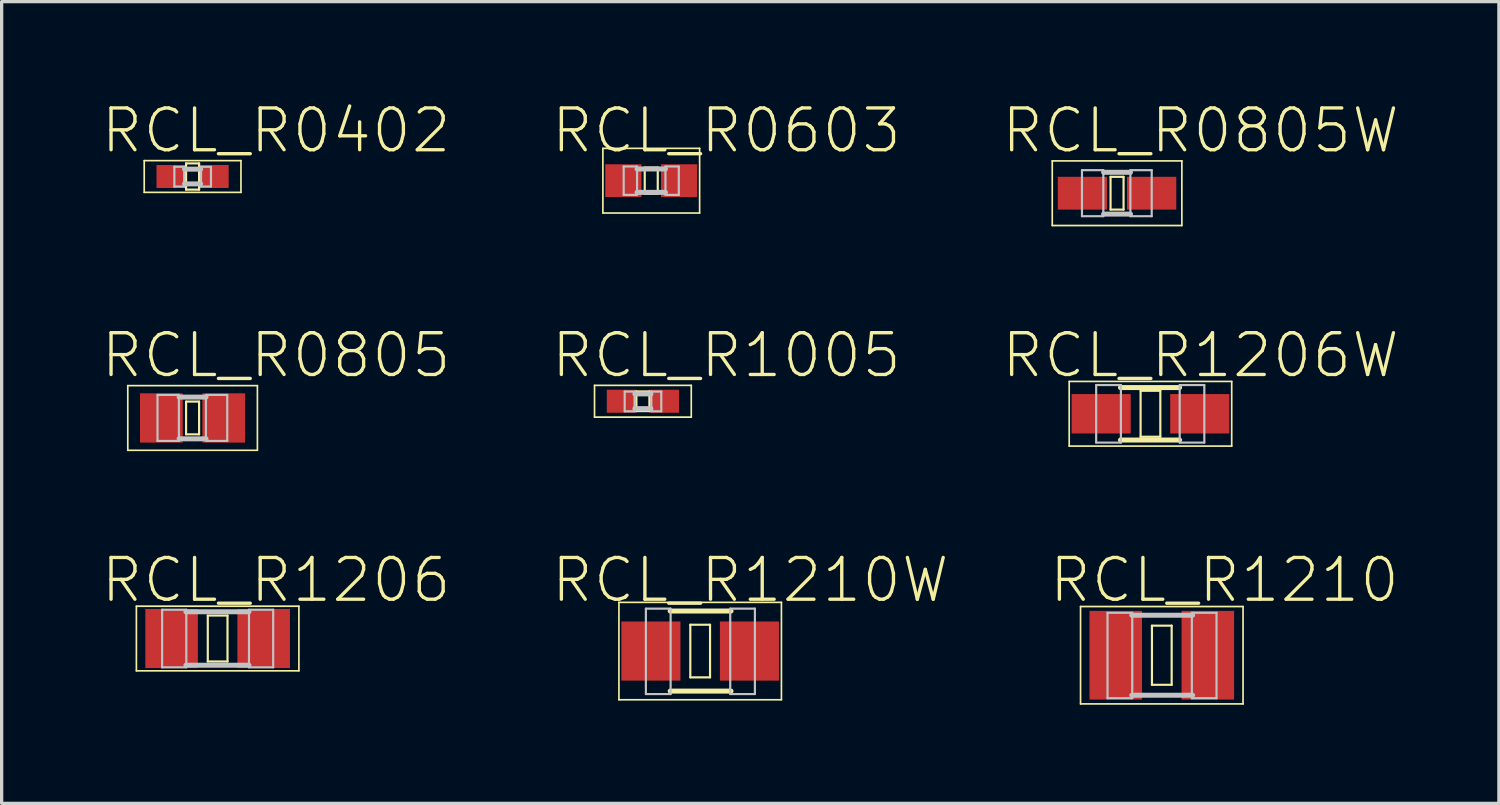
<source format=kicad_pcb>
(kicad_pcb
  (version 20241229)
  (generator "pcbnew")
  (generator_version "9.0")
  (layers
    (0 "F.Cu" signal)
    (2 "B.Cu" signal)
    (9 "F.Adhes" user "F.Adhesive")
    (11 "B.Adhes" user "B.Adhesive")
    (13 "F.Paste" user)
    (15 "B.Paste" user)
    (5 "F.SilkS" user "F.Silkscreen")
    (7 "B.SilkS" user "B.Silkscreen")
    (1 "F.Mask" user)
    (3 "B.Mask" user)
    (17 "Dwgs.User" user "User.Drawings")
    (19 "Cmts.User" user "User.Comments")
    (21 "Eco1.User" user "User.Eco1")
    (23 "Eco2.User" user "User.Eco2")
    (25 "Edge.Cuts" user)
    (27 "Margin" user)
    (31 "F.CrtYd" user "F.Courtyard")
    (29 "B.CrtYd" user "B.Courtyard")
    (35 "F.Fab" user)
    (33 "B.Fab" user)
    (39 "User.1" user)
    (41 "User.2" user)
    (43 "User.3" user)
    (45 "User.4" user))
  (footprint "RCL_R1206"
    (layer "F.Cu")
    (at 3.569 16.369)
    (property "Reference" "RCL_R1206" (at 1.778 -1.778 0) (layer "F.SilkS") (effects (font (size 1.27 1.27) (thickness 0.102))))
    (attr smd)
    (fp_line (start -2.471 -0.983) (end 2.471 -0.983) (stroke (width 0.051) (type solid)) (layer "F.SilkS"))
    (fp_line (start -2.471 0.983) (end -2.471 -0.983) (stroke (width 0.051) (type solid)) (layer "F.SilkS"))
    (fp_line (start -0.3 -0.699) (end 0.3 -0.699) (stroke (width 0.066) (type solid)) (layer "F.SilkS"))
    (fp_line (start -0.3 0.699) (end -0.3 -0.699) (stroke (width 0.066) (type solid)) (layer "F.SilkS"))
    (fp_line (start -0.3 0.699) (end 0.3 0.699) (stroke (width 0.066) (type solid)) (layer "F.SilkS"))
    (fp_line (start 0.3 0.699) (end 0.3 -0.699) (stroke (width 0.066) (type solid)) (layer "F.SilkS"))
    (fp_line (start 2.471 -0.983) (end 2.471 0.983) (stroke (width 0.051) (type solid)) (layer "F.SilkS"))
    (fp_line (start 2.471 0.983) (end -2.471 0.983) (stroke (width 0.051) (type solid)) (layer "F.SilkS"))
    (fp_line (start -1.689 -0.876) (end -0.953 -0.876) (stroke (width 0.066) (type solid)) (layer "Dwgs.User"))
    (fp_line (start -1.689 0.876) (end -1.689 -0.876) (stroke (width 0.066) (type solid)) (layer "Dwgs.User"))
    (fp_line (start -1.689 0.876) (end -0.953 0.876) (stroke (width 0.066) (type solid)) (layer "Dwgs.User"))
    (fp_line (start -0.953 0.876) (end -0.953 -0.876) (stroke (width 0.066) (type solid)) (layer "Dwgs.User"))
    (fp_line (start 0.953 -0.876) (end 1.689 -0.876) (stroke (width 0.066) (type solid)) (layer "Dwgs.User"))
    (fp_line (start 0.953 -0.813) (end -0.965 -0.813) (stroke (width 0.152) (type solid)) (layer "Dwgs.User"))
    (fp_line (start 0.953 0.813) (end -0.965 0.813) (stroke (width 0.152) (type solid)) (layer "Dwgs.User"))
    (fp_line (start 0.953 0.876) (end 0.953 -0.876) (stroke (width 0.066) (type solid)) (layer "Dwgs.User"))
    (fp_line (start 0.953 0.876) (end 1.689 0.876) (stroke (width 0.066) (type solid)) (layer "Dwgs.User"))
    (fp_line (start 1.689 0.876) (end 1.689 -0.876) (stroke (width 0.066) (type solid)) (layer "Dwgs.User"))
    (pad "1" smd rect (at -1.4 0) (size 1.598 1.798) (layers "F.Cu" "F.Mask" "F.Paste"))
    (pad "2" smd rect (at 1.4 0) (size 1.598 1.798) (layers "F.Cu" "F.Mask" "F.Paste")))
  (footprint "RCL_R1210W"
    (layer "F.Cu")
    (at 18.244 16.75)
    (property "Reference" "RCL_R1210W" (at 1.524 -2.159 0) (layer "F.SilkS") (effects (font (size 1.27 1.27) (thickness 0.102))))
    (attr smd)
    (fp_line (start -2.471 -1.481) (end 2.471 -1.481) (stroke (width 0.051) (type solid)) (layer "F.SilkS"))
    (fp_line (start -2.471 1.481) (end -2.471 -1.481) (stroke (width 0.051) (type solid)) (layer "F.SilkS"))
    (fp_line (start -0.912 -1.217) (end 0.937 -1.217) (stroke (width 0.152) (type solid)) (layer "F.SilkS"))
    (fp_line (start -0.912 1.217) (end 0.937 1.217) (stroke (width 0.152) (type solid)) (layer "F.SilkS"))
    (fp_line (start -0.3 -0.8) (end 0.3 -0.8) (stroke (width 0.066) (type solid)) (layer "F.SilkS"))
    (fp_line (start -0.3 0.8) (end -0.3 -0.8) (stroke (width 0.066) (type solid)) (layer "F.SilkS"))
    (fp_line (start -0.3 0.8) (end 0.3 0.8) (stroke (width 0.066) (type solid)) (layer "F.SilkS"))
    (fp_line (start 0.3 0.8) (end 0.3 -0.8) (stroke (width 0.066) (type solid)) (layer "F.SilkS"))
    (fp_line (start 2.471 -1.481) (end 2.471 1.481) (stroke (width 0.051) (type solid)) (layer "F.SilkS"))
    (fp_line (start 2.471 1.481) (end -2.471 1.481) (stroke (width 0.051) (type solid)) (layer "F.SilkS"))
    (fp_line (start -1.651 -1.29) (end -0.899 -1.29) (stroke (width 0.066) (type solid)) (layer "Dwgs.User"))
    (fp_line (start -1.651 1.308) (end -1.651 -1.29) (stroke (width 0.066) (type solid)) (layer "Dwgs.User"))
    (fp_line (start -1.651 1.308) (end -0.899 1.308) (stroke (width 0.066) (type solid)) (layer "Dwgs.User"))
    (fp_line (start -0.899 1.308) (end -0.899 -1.29) (stroke (width 0.066) (type solid)) (layer "Dwgs.User"))
    (fp_line (start 0.914 -1.29) (end 1.664 -1.29) (stroke (width 0.066) (type solid)) (layer "Dwgs.User"))
    (fp_line (start 0.914 1.308) (end 0.914 -1.29) (stroke (width 0.066) (type solid)) (layer "Dwgs.User"))
    (fp_line (start 0.914 1.308) (end 1.664 1.308) (stroke (width 0.066) (type solid)) (layer "Dwgs.User"))
    (fp_line (start 1.664 1.308) (end 1.664 -1.29) (stroke (width 0.066) (type solid)) (layer "Dwgs.User"))
    (pad "1" smd rect (at -1.499 0) (size 1.798 1.798) (layers "F.Cu" "F.Mask" "F.Paste"))
    (pad "2" smd rect (at 1.499 0) (size 1.798 1.798) (layers "F.Cu" "F.Mask" "F.Paste")))
  (footprint "RCL_R0402"
    (layer "F.Cu")
    (at 2.807 2.318)
    (property "Reference" "RCL_R0402" (at 2.54 -1.397 0) (layer "F.SilkS") (effects (font (size 1.27 1.27) (thickness 0.102))))
    (attr smd)
    (fp_line (start -1.471 -0.483) (end 1.471 -0.483) (stroke (width 0.051) (type solid)) (layer "F.SilkS"))
    (fp_line (start -1.471 0.483) (end -1.471 -0.483) (stroke (width 0.051) (type solid)) (layer "F.SilkS"))
    (fp_line (start -0.198 -0.399) (end 0.198 -0.399) (stroke (width 0.066) (type solid)) (layer "F.SilkS"))
    (fp_line (start -0.198 0.399) (end -0.198 -0.399) (stroke (width 0.066) (type solid)) (layer "F.SilkS"))
    (fp_line (start -0.198 0.399) (end 0.198 0.399) (stroke (width 0.066) (type solid)) (layer "F.SilkS"))
    (fp_line (start 0.198 0.399) (end 0.198 -0.399) (stroke (width 0.066) (type solid)) (layer "F.SilkS"))
    (fp_line (start 1.471 -0.483) (end 1.471 0.483) (stroke (width 0.051) (type solid)) (layer "F.SilkS"))
    (fp_line (start 1.471 0.483) (end -1.471 0.483) (stroke (width 0.051) (type solid)) (layer "F.SilkS"))
    (fp_line (start -0.554 -0.295) (end -0.254 -0.295) (stroke (width 0.066) (type solid)) (layer "Dwgs.User"))
    (fp_line (start -0.554 0.305) (end -0.554 -0.295) (stroke (width 0.066) (type solid)) (layer "Dwgs.User"))
    (fp_line (start -0.554 0.305) (end -0.254 0.305) (stroke (width 0.066) (type solid)) (layer "Dwgs.User"))
    (fp_line (start -0.254 0.305) (end -0.254 -0.295) (stroke (width 0.066) (type solid)) (layer "Dwgs.User"))
    (fp_line (start -0.244 -0.224) (end 0.244 -0.224) (stroke (width 0.152) (type solid)) (layer "Dwgs.User"))
    (fp_line (start 0.244 0.224) (end -0.244 0.224) (stroke (width 0.152) (type solid)) (layer "Dwgs.User"))
    (fp_line (start 0.257 -0.295) (end 0.559 -0.295) (stroke (width 0.066) (type solid)) (layer "Dwgs.User"))
    (fp_line (start 0.257 0.305) (end 0.257 -0.295) (stroke (width 0.066) (type solid)) (layer "Dwgs.User"))
    (fp_line (start 0.257 0.305) (end 0.559 0.305) (stroke (width 0.066) (type solid)) (layer "Dwgs.User"))
    (fp_line (start 0.559 0.305) (end 0.559 -0.295) (stroke (width 0.066) (type solid)) (layer "Dwgs.User"))
    (pad "1" smd rect (at -0.648 0) (size 0.899 0.699) (layers "F.Cu" "F.Mask" "F.Paste"))
    (pad "2" smd rect (at 0.648 0) (size 0.899 0.699) (layers "F.Cu" "F.Mask" "F.Paste")))
  (footprint "RCL_R0603"
    (layer "F.Cu")
    (at 16.756 2.445)
    (property "Reference" "RCL_R0603" (at 2.286 -1.524 0) (layer "F.SilkS") (effects (font (size 1.27 1.27) (thickness 0.102))))
    (attr smd)
    (fp_line (start -1.471 -0.983) (end 1.471 -0.983) (stroke (width 0.051) (type solid)) (layer "F.SilkS"))
    (fp_line (start -1.471 0.983) (end -1.471 -0.983) (stroke (width 0.051) (type solid)) (layer "F.SilkS"))
    (fp_line (start -0.198 -0.399) (end 0.198 -0.399) (stroke (width 0.066) (type solid)) (layer "F.SilkS"))
    (fp_line (start -0.198 0.399) (end -0.198 -0.399) (stroke (width 0.066) (type solid)) (layer "F.SilkS"))
    (fp_line (start -0.198 0.399) (end 0.198 0.399) (stroke (width 0.066) (type solid)) (layer "F.SilkS"))
    (fp_line (start 0.198 0.399) (end 0.198 -0.399) (stroke (width 0.066) (type solid)) (layer "F.SilkS"))
    (fp_line (start 1.471 -0.983) (end 1.471 0.983) (stroke (width 0.051) (type solid)) (layer "F.SilkS"))
    (fp_line (start 1.471 0.983) (end -1.471 0.983) (stroke (width 0.051) (type solid)) (layer "F.SilkS"))
    (fp_line (start -0.838 -0.432) (end -0.432 -0.432) (stroke (width 0.066) (type solid)) (layer "Dwgs.User"))
    (fp_line (start -0.838 0.432) (end -0.838 -0.432) (stroke (width 0.066) (type solid)) (layer "Dwgs.User"))
    (fp_line (start -0.838 0.432) (end -0.432 0.432) (stroke (width 0.066) (type solid)) (layer "Dwgs.User"))
    (fp_line (start -0.432 0.356) (end 0.432 0.356) (stroke (width 0.152) (type solid)) (layer "Dwgs.User"))
    (fp_line (start -0.432 0.432) (end -0.432 -0.432) (stroke (width 0.066) (type solid)) (layer "Dwgs.User"))
    (fp_line (start 0.432 -0.432) (end 0.838 -0.432) (stroke (width 0.066) (type solid)) (layer "Dwgs.User"))
    (fp_line (start 0.432 -0.356) (end -0.432 -0.356) (stroke (width 0.152) (type solid)) (layer "Dwgs.User"))
    (fp_line (start 0.432 0.432) (end 0.432 -0.432) (stroke (width 0.066) (type solid)) (layer "Dwgs.User"))
    (fp_line (start 0.432 0.432) (end 0.838 0.432) (stroke (width 0.066) (type solid)) (layer "Dwgs.User"))
    (fp_line (start 0.838 0.432) (end 0.838 -0.432) (stroke (width 0.066) (type solid)) (layer "Dwgs.User"))
    (pad "1" smd rect (at -0.848 0) (size 1.1 0.998) (layers "F.Cu" "F.Mask" "F.Paste"))
    (pad "2" smd rect (at 0.848 0) (size 1.1 0.998) (layers "F.Cu" "F.Mask" "F.Paste")))
  (footprint "RCL_R0805"
    (layer "F.Cu")
    (at 2.807 9.661)
    (property "Reference" "RCL_R0805" (at 2.54 -1.905 0) (layer "F.SilkS") (effects (font (size 1.27 1.27) (thickness 0.102))))
    (attr smd)
    (fp_line (start -1.971 -0.983) (end 1.971 -0.983) (stroke (width 0.051) (type solid)) (layer "F.SilkS"))
    (fp_line (start -1.971 0.983) (end -1.971 -0.983) (stroke (width 0.051) (type solid)) (layer "F.SilkS"))
    (fp_line (start -0.198 -0.498) (end 0.198 -0.498) (stroke (width 0.066) (type solid)) (layer "F.SilkS"))
    (fp_line (start -0.198 0.498) (end -0.198 -0.498) (stroke (width 0.066) (type solid)) (layer "F.SilkS"))
    (fp_line (start -0.198 0.498) (end 0.198 0.498) (stroke (width 0.066) (type solid)) (layer "F.SilkS"))
    (fp_line (start 0.198 0.498) (end 0.198 -0.498) (stroke (width 0.066) (type solid)) (layer "F.SilkS"))
    (fp_line (start 1.971 -0.983) (end 1.971 0.983) (stroke (width 0.051) (type solid)) (layer "F.SilkS"))
    (fp_line (start 1.971 0.983) (end -1.971 0.983) (stroke (width 0.051) (type solid)) (layer "F.SilkS"))
    (fp_line (start -1.067 -0.701) (end -0.417 -0.701) (stroke (width 0.066) (type solid)) (layer "Dwgs.User"))
    (fp_line (start -1.067 0.699) (end -1.067 -0.701) (stroke (width 0.066) (type solid)) (layer "Dwgs.User"))
    (fp_line (start -1.067 0.699) (end -0.417 0.699) (stroke (width 0.066) (type solid)) (layer "Dwgs.User"))
    (fp_line (start -0.417 0.699) (end -0.417 -0.701) (stroke (width 0.066) (type solid)) (layer "Dwgs.User"))
    (fp_line (start -0.409 -0.635) (end 0.409 -0.635) (stroke (width 0.152) (type solid)) (layer "Dwgs.User"))
    (fp_line (start -0.409 0.635) (end 0.409 0.635) (stroke (width 0.152) (type solid)) (layer "Dwgs.User"))
    (fp_line (start 0.406 -0.701) (end 1.054 -0.701) (stroke (width 0.066) (type solid)) (layer "Dwgs.User"))
    (fp_line (start 0.406 0.699) (end 0.406 -0.701) (stroke (width 0.066) (type solid)) (layer "Dwgs.User"))
    (fp_line (start 0.406 0.699) (end 1.054 0.699) (stroke (width 0.066) (type solid)) (layer "Dwgs.User"))
    (fp_line (start 1.054 0.699) (end 1.054 -0.701) (stroke (width 0.066) (type solid)) (layer "Dwgs.User"))
    (pad "1" smd rect (at -0.95 0) (size 1.298 1.499) (layers "F.Cu" "F.Mask" "F.Paste"))
    (pad "2" smd rect (at 0.947 0) (size 1.298 1.499) (layers "F.Cu" "F.Mask" "F.Paste")))
  (footprint "RCL_R1206W"
    (layer "F.Cu")
    (at 31.938 9.534)
    (property "Reference" "RCL_R1206W" (at 1.524 -1.778 0) (layer "F.SilkS") (effects (font (size 1.27 1.27) (thickness 0.102))))
    (attr smd)
    (fp_line (start -2.471 -0.983) (end 2.471 -0.983) (stroke (width 0.051) (type solid)) (layer "F.SilkS"))
    (fp_line (start -2.471 0.983) (end -2.471 -0.983) (stroke (width 0.051) (type solid)) (layer "F.SilkS"))
    (fp_line (start -0.912 -0.798) (end 0.886 -0.798) (stroke (width 0.152) (type solid)) (layer "F.SilkS"))
    (fp_line (start -0.912 0.798) (end 0.886 0.798) (stroke (width 0.152) (type solid)) (layer "F.SilkS"))
    (fp_line (start -0.3 -0.699) (end 0.3 -0.699) (stroke (width 0.066) (type solid)) (layer "F.SilkS"))
    (fp_line (start -0.3 0.699) (end -0.3 -0.699) (stroke (width 0.066) (type solid)) (layer "F.SilkS"))
    (fp_line (start -0.3 0.699) (end 0.3 0.699) (stroke (width 0.066) (type solid)) (layer "F.SilkS"))
    (fp_line (start 0.3 0.699) (end 0.3 -0.699) (stroke (width 0.066) (type solid)) (layer "F.SilkS"))
    (fp_line (start 2.471 -0.983) (end 2.471 0.983) (stroke (width 0.051) (type solid)) (layer "F.SilkS"))
    (fp_line (start 2.471 0.983) (end -2.471 0.983) (stroke (width 0.051) (type solid)) (layer "F.SilkS"))
    (fp_line (start -1.651 -0.874) (end -0.899 -0.874) (stroke (width 0.066) (type solid)) (layer "Dwgs.User"))
    (fp_line (start -1.651 0.876) (end -1.651 -0.874) (stroke (width 0.066) (type solid)) (layer "Dwgs.User"))
    (fp_line (start -1.651 0.876) (end -0.899 0.876) (stroke (width 0.066) (type solid)) (layer "Dwgs.User"))
    (fp_line (start -0.899 0.876) (end -0.899 -0.874) (stroke (width 0.066) (type solid)) (layer "Dwgs.User"))
    (fp_line (start 0.889 -0.874) (end 1.638 -0.874) (stroke (width 0.066) (type solid)) (layer "Dwgs.User"))
    (fp_line (start 0.889 0.876) (end 0.889 -0.874) (stroke (width 0.066) (type solid)) (layer "Dwgs.User"))
    (fp_line (start 0.889 0.876) (end 1.638 0.876) (stroke (width 0.066) (type solid)) (layer "Dwgs.User"))
    (fp_line (start 1.638 0.876) (end 1.638 -0.874) (stroke (width 0.066) (type solid)) (layer "Dwgs.User"))
    (pad "1" smd rect (at -1.499 0) (size 1.798 1.199) (layers "F.Cu" "F.Mask" "F.Paste"))
    (pad "2" smd rect (at 1.499 0) (size 1.798 1.199) (layers "F.Cu" "F.Mask" "F.Paste")))
  (footprint "RCL_R1210"
    (layer "F.Cu")
    (at 32.283 16.877)
    (property "Reference" "RCL_R1210" (at 1.905 -2.286 0) (layer "F.SilkS") (effects (font (size 1.27 1.27) (thickness 0.102))))
    (attr smd)
    (fp_line (start -2.471 -1.481) (end 2.471 -1.481) (stroke (width 0.051) (type solid)) (layer "F.SilkS"))
    (fp_line (start -2.471 1.481) (end -2.471 -1.481) (stroke (width 0.051) (type solid)) (layer "F.SilkS"))
    (fp_line (start -0.3 -0.899) (end 0.3 -0.899) (stroke (width 0.066) (type solid)) (layer "F.SilkS"))
    (fp_line (start -0.3 0.899) (end -0.3 -0.899) (stroke (width 0.066) (type solid)) (layer "F.SilkS"))
    (fp_line (start -0.3 0.899) (end 0.3 0.899) (stroke (width 0.066) (type solid)) (layer "F.SilkS"))
    (fp_line (start 0.3 0.899) (end 0.3 -0.899) (stroke (width 0.066) (type solid)) (layer "F.SilkS"))
    (fp_line (start 2.471 -1.481) (end 2.471 1.481) (stroke (width 0.051) (type solid)) (layer "F.SilkS"))
    (fp_line (start 2.471 1.481) (end -2.471 1.481) (stroke (width 0.051) (type solid)) (layer "F.SilkS"))
    (fp_line (start -1.651 -1.29) (end -0.899 -1.29) (stroke (width 0.066) (type solid)) (layer "Dwgs.User"))
    (fp_line (start -1.651 1.308) (end -1.651 -1.29) (stroke (width 0.066) (type solid)) (layer "Dwgs.User"))
    (fp_line (start -1.651 1.308) (end -0.899 1.308) (stroke (width 0.066) (type solid)) (layer "Dwgs.User"))
    (fp_line (start -0.912 -1.217) (end 0.937 -1.217) (stroke (width 0.152) (type solid)) (layer "Dwgs.User"))
    (fp_line (start -0.912 1.217) (end 0.937 1.217) (stroke (width 0.152) (type solid)) (layer "Dwgs.User"))
    (fp_line (start -0.899 1.308) (end -0.899 -1.29) (stroke (width 0.066) (type solid)) (layer "Dwgs.User"))
    (fp_line (start 0.914 -1.29) (end 1.664 -1.29) (stroke (width 0.066) (type solid)) (layer "Dwgs.User"))
    (fp_line (start 0.914 1.308) (end 0.914 -1.29) (stroke (width 0.066) (type solid)) (layer "Dwgs.User"))
    (fp_line (start 0.914 1.308) (end 1.664 1.308) (stroke (width 0.066) (type solid)) (layer "Dwgs.User"))
    (fp_line (start 1.664 1.308) (end 1.664 -1.29) (stroke (width 0.066) (type solid)) (layer "Dwgs.User"))
    (pad "1" smd rect (at -1.4 0) (size 1.598 2.697) (layers "F.Cu" "F.Mask" "F.Paste"))
    (pad "2" smd rect (at 1.4 0) (size 1.598 2.697) (layers "F.Cu" "F.Mask" "F.Paste")))
  (footprint "RCL_R1005"
    (layer "F.Cu")
    (at 16.502 9.153)
    (property "Reference" "RCL_R1005" (at 2.54 -1.397 0) (layer "F.SilkS") (effects (font (size 1.27 1.27) (thickness 0.102))))
    (attr smd)
    (fp_line (start -1.471 -0.483) (end 1.471 -0.483) (stroke (width 0.051) (type solid)) (layer "F.SilkS"))
    (fp_line (start -1.471 0.483) (end -1.471 -0.483) (stroke (width 0.051) (type solid)) (layer "F.SilkS"))
    (fp_line (start -0.198 -0.3) (end 0.198 -0.3) (stroke (width 0.066) (type solid)) (layer "F.SilkS"))
    (fp_line (start -0.198 0.3) (end -0.198 -0.3) (stroke (width 0.066) (type solid)) (layer "F.SilkS"))
    (fp_line (start -0.198 0.3) (end 0.198 0.3) (stroke (width 0.066) (type solid)) (layer "F.SilkS"))
    (fp_line (start 0.198 0.3) (end 0.198 -0.3) (stroke (width 0.066) (type solid)) (layer "F.SilkS"))
    (fp_line (start 1.471 -0.483) (end 1.471 0.483) (stroke (width 0.051) (type solid)) (layer "F.SilkS"))
    (fp_line (start 1.471 0.483) (end -1.471 0.483) (stroke (width 0.051) (type solid)) (layer "F.SilkS"))
    (fp_line (start -0.554 -0.295) (end -0.254 -0.295) (stroke (width 0.066) (type solid)) (layer "Dwgs.User"))
    (fp_line (start -0.554 0.305) (end -0.554 -0.295) (stroke (width 0.066) (type solid)) (layer "Dwgs.User"))
    (fp_line (start -0.554 0.305) (end -0.254 0.305) (stroke (width 0.066) (type solid)) (layer "Dwgs.User"))
    (fp_line (start -0.254 0.305) (end -0.254 -0.295) (stroke (width 0.066) (type solid)) (layer "Dwgs.User"))
    (fp_line (start -0.244 -0.224) (end 0.244 -0.224) (stroke (width 0.152) (type solid)) (layer "Dwgs.User"))
    (fp_line (start 0.244 0.224) (end -0.244 0.224) (stroke (width 0.152) (type solid)) (layer "Dwgs.User"))
    (fp_line (start 0.257 -0.295) (end 0.559 -0.295) (stroke (width 0.066) (type solid)) (layer "Dwgs.User"))
    (fp_line (start 0.257 0.305) (end 0.257 -0.295) (stroke (width 0.066) (type solid)) (layer "Dwgs.User"))
    (fp_line (start 0.257 0.305) (end 0.559 0.305) (stroke (width 0.066) (type solid)) (layer "Dwgs.User"))
    (fp_line (start 0.559 0.305) (end 0.559 -0.295) (stroke (width 0.066) (type solid)) (layer "Dwgs.User"))
    (pad "1" smd rect (at -0.648 0) (size 0.899 0.699) (layers "F.Cu" "F.Mask" "F.Paste"))
    (pad "2" smd rect (at 0.648 0) (size 0.899 0.699) (layers "F.Cu" "F.Mask" "F.Paste")))
  (footprint "RCL_R0805W"
    (layer "F.Cu")
    (at 30.922 2.826)
    (property "Reference" "RCL_R0805W" (at 2.54 -1.905 0) (layer "F.SilkS") (effects (font (size 1.27 1.27) (thickness 0.102))))
    (attr smd)
    (fp_line (start -1.971 -0.983) (end 1.971 -0.983) (stroke (width 0.051) (type solid)) (layer "F.SilkS"))
    (fp_line (start -1.971 0.983) (end -1.971 -0.983) (stroke (width 0.051) (type solid)) (layer "F.SilkS"))
    (fp_line (start -0.198 -0.498) (end 0.198 -0.498) (stroke (width 0.066) (type solid)) (layer "F.SilkS"))
    (fp_line (start -0.198 0.498) (end -0.198 -0.498) (stroke (width 0.066) (type solid)) (layer "F.SilkS"))
    (fp_line (start -0.198 0.498) (end 0.198 0.498) (stroke (width 0.066) (type solid)) (layer "F.SilkS"))
    (fp_line (start 0.198 0.498) (end 0.198 -0.498) (stroke (width 0.066) (type solid)) (layer "F.SilkS"))
    (fp_line (start 1.971 -0.983) (end 1.971 0.983) (stroke (width 0.051) (type solid)) (layer "F.SilkS"))
    (fp_line (start 1.971 0.983) (end -1.971 0.983) (stroke (width 0.051) (type solid)) (layer "F.SilkS"))
    (fp_line (start -1.067 -0.701) (end -0.417 -0.701) (stroke (width 0.066) (type solid)) (layer "Dwgs.User"))
    (fp_line (start -1.067 0.699) (end -1.067 -0.701) (stroke (width 0.066) (type solid)) (layer "Dwgs.User"))
    (fp_line (start -1.067 0.699) (end -0.417 0.699) (stroke (width 0.066) (type solid)) (layer "Dwgs.User"))
    (fp_line (start -0.417 0.699) (end -0.417 -0.701) (stroke (width 0.066) (type solid)) (layer "Dwgs.User"))
    (fp_line (start -0.409 -0.635) (end 0.409 -0.635) (stroke (width 0.152) (type solid)) (layer "Dwgs.User"))
    (fp_line (start -0.409 0.635) (end 0.409 0.635) (stroke (width 0.152) (type solid)) (layer "Dwgs.User"))
    (fp_line (start 0.406 -0.701) (end 1.054 -0.701) (stroke (width 0.066) (type solid)) (layer "Dwgs.User"))
    (fp_line (start 0.406 0.699) (end 0.406 -0.701) (stroke (width 0.066) (type solid)) (layer "Dwgs.User"))
    (fp_line (start 0.406 0.699) (end 1.054 0.699) (stroke (width 0.066) (type solid)) (layer "Dwgs.User"))
    (fp_line (start 1.054 0.699) (end 1.054 -0.701) (stroke (width 0.066) (type solid)) (layer "Dwgs.User"))
    (pad "1" smd rect (at -1.052 0) (size 1.499 0.998) (layers "F.Cu" "F.Mask" "F.Paste"))
    (pad "2" smd rect (at 1.052 0) (size 1.499 0.998) (layers "F.Cu" "F.Mask" "F.Paste")))
  (gr_rect
    (start -3 -3)
    (end 42.535 21.383)
    (stroke (width 0.1) (type default))
    (fill no)
    (layer "Edge.Cuts")))
</source>
